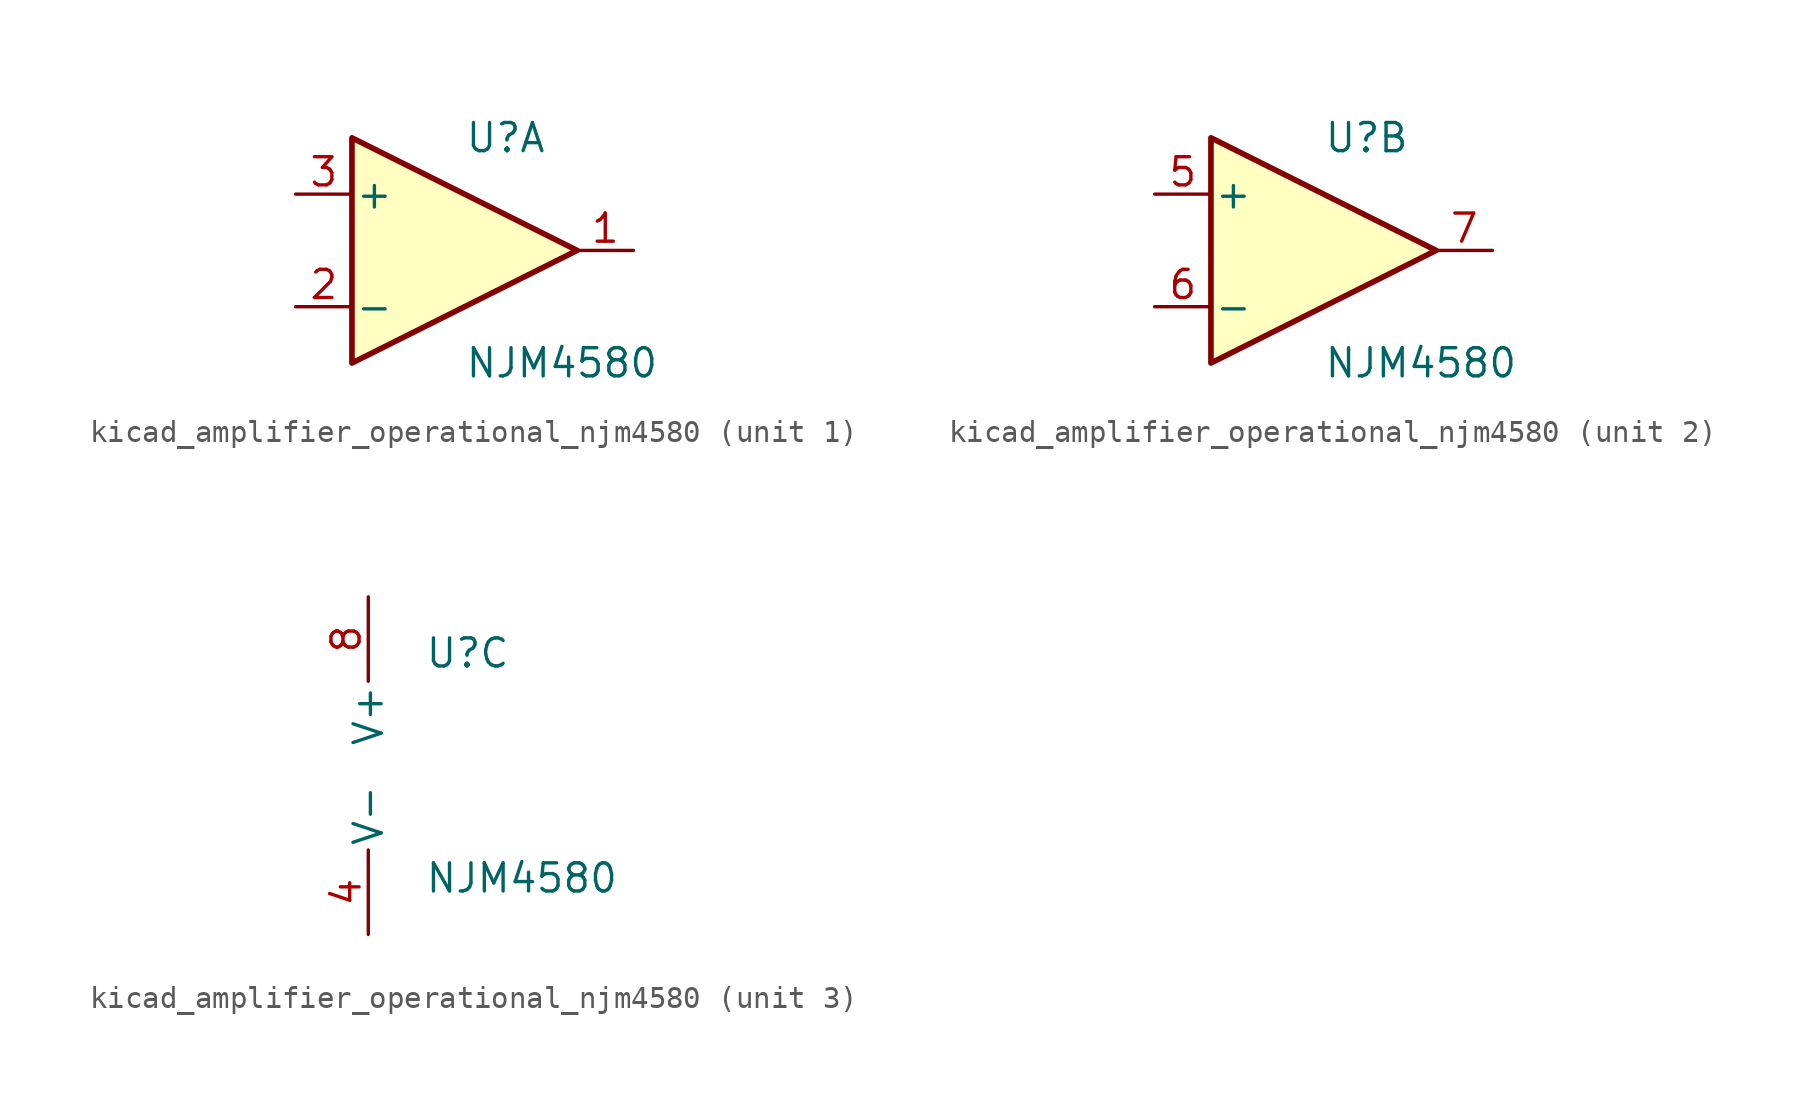
<source format=kicad_sym>
(kicad_symbol_lib
  (version 20220914)
  (generator kicad_symbol_editor)
  (symbol "kicad_amplifier_operational_njm4580"
    (pin_names
      (offset 0.127))
    (property "Reference" "U"
      (at 0 5.08 0)
      (effects (font (size 1.27 1.27)) (justify left)))
    (property "Value" "NJM4580"
      (at 0 -5.08 0)
      (effects (font (size 1.27 1.27)) (justify left)))
    (property "ki_locked" ""
      (at 0 0 0)
      (effects (font (size 1.27 1.27))))
    (symbol "kicad_amplifier_operational_njm4580_1_1"
      (polyline (pts (xy -5.08 5.08) (xy 5.08 0) (xy -5.08 -5.08) (xy -5.08 5.08)) (stroke (width 0.254) (type default)) (fill (type background)))
      (pin output line (at 7.62 0 180) (length 2.54) (name "~" (effects (font (size 1.27 1.27)))) (number "1" (effects (font (size 1.27 1.27)))))
      (pin input line (at -7.62 -2.54 0) (length 2.54) (name "-" (effects (font (size 1.27 1.27)))) (number "2" (effects (font (size 1.27 1.27)))))
      (pin input line (at -7.62 2.54 0) (length 2.54) (name "+" (effects (font (size 1.27 1.27)))) (number "3" (effects (font (size 1.27 1.27))))))
    (symbol "kicad_amplifier_operational_njm4580_2_1"
      (polyline (pts (xy -5.08 5.08) (xy 5.08 0) (xy -5.08 -5.08) (xy -5.08 5.08)) (stroke (width 0.254) (type default)) (fill (type background)))
      (pin input line (at -7.62 2.54 0) (length 2.54) (name "+" (effects (font (size 1.27 1.27)))) (number "5" (effects (font (size 1.27 1.27)))))
      (pin input line (at -7.62 -2.54 0) (length 2.54) (name "-" (effects (font (size 1.27 1.27)))) (number "6" (effects (font (size 1.27 1.27)))))
      (pin output line (at 7.62 0 180) (length 2.54) (name "~" (effects (font (size 1.27 1.27)))) (number "7" (effects (font (size 1.27 1.27))))))
    (symbol "kicad_amplifier_operational_njm4580_3_1"
      (pin power_in line (at -2.54 -7.62 90) (length 3.81) (name "V-" (effects (font (size 1.27 1.27)))) (number "4" (effects (font (size 1.27 1.27)))))
      (pin power_in line (at -2.54 7.62 270) (length 3.81) (name "V+" (effects (font (size 1.27 1.27)))) (number "8" (effects (font (size 1.27 1.27))))))))
</source>
